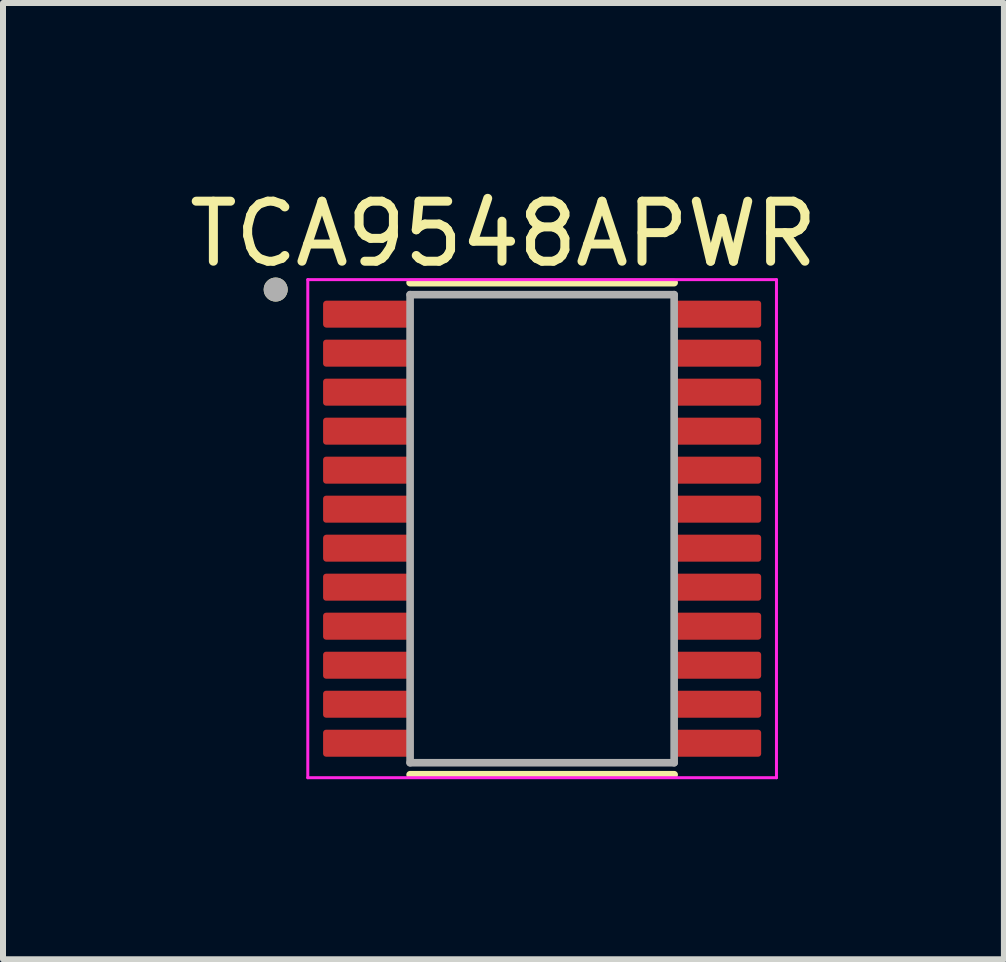
<source format=kicad_pcb>
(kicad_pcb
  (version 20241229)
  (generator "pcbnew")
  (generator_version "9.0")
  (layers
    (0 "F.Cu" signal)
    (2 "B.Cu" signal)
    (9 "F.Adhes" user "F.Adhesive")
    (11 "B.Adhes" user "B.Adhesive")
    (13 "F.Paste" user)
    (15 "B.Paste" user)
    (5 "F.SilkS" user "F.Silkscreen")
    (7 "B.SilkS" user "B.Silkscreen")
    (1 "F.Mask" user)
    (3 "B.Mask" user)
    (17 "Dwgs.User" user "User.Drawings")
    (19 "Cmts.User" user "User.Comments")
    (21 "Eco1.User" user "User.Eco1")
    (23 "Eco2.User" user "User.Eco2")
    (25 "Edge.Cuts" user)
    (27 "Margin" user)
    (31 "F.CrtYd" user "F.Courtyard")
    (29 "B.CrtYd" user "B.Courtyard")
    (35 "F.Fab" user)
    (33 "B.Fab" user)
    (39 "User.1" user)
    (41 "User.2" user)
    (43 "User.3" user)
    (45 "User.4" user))
  (footprint "TCA9548APWR"
    (layer "F.Cu")
    (at 5.984 5.76)
    (property "Reference" "TCA9548APWR" (at -0.645 -4.912 0) (layer "F.SilkS") (effects (font (size 1 1) (thickness 0.15))))
    (attr smd)
    (fp_line (start -2.2 -4.1) (end 2.2 -4.1) (stroke (width 0.127) (type solid)) (layer "F.SilkS"))
    (fp_line (start -2.2 4.1) (end 2.2 4.1) (stroke (width 0.127) (type solid)) (layer "F.SilkS"))
    (fp_circle (center -4.44 -3.985) (end -4.34 -3.985) (stroke (width 0.2) (type solid)) (fill no) (layer "F.SilkS"))
    (fp_line (start -3.905 -4.15) (end -3.905 4.15) (stroke (width 0.05) (type solid)) (layer "F.CrtYd"))
    (fp_line (start -3.905 -4.15) (end 3.905 -4.15) (stroke (width 0.05) (type solid)) (layer "F.CrtYd"))
    (fp_line (start -3.905 4.15) (end 3.905 4.15) (stroke (width 0.05) (type solid)) (layer "F.CrtYd"))
    (fp_line (start 3.905 -4.15) (end 3.905 4.15) (stroke (width 0.05) (type solid)) (layer "F.CrtYd"))
    (fp_line (start -2.2 -3.9) (end -2.2 3.9) (stroke (width 0.127) (type solid)) (layer "F.Fab"))
    (fp_line (start -2.2 -3.9) (end 2.2 -3.9) (stroke (width 0.127) (type solid)) (layer "F.Fab"))
    (fp_line (start -2.2 3.9) (end 2.2 3.9) (stroke (width 0.127) (type solid)) (layer "F.Fab"))
    (fp_line (start 2.2 -3.9) (end 2.2 3.9) (stroke (width 0.127) (type solid)) (layer "F.Fab"))
    (fp_circle (center -4.44 -3.985) (end -4.34 -3.985) (stroke (width 0.2) (type solid)) (fill no) (layer "F.Fab"))
    (pad "1" smd roundrect (at -2.9 -3.575) (size 1.5 0.45) (layers "F.Cu" "F.Mask" "F.Paste") (roundrect_rratio 0.125))
    (pad "2" smd roundrect (at -2.9 -2.925) (size 1.5 0.45) (layers "F.Cu" "F.Mask" "F.Paste") (roundrect_rratio 0.111))
    (pad "3" smd roundrect (at -2.9 -2.275) (size 1.5 0.45) (layers "F.Cu" "F.Mask" "F.Paste") (roundrect_rratio 0.111))
    (pad "4" smd roundrect (at -2.9 -1.625) (size 1.5 0.45) (layers "F.Cu" "F.Mask" "F.Paste") (roundrect_rratio 0.111))
    (pad "5" smd roundrect (at -2.9 -0.975) (size 1.5 0.45) (layers "F.Cu" "F.Mask" "F.Paste") (roundrect_rratio 0.111))
    (pad "6" smd roundrect (at -2.9 -0.325) (size 1.5 0.45) (layers "F.Cu" "F.Mask" "F.Paste") (roundrect_rratio 0.111))
    (pad "7" smd roundrect (at -2.9 0.325) (size 1.5 0.45) (layers "F.Cu" "F.Mask" "F.Paste") (roundrect_rratio 0.122))
    (pad "8" smd roundrect (at -2.9 0.975) (size 1.5 0.45) (layers "F.Cu" "F.Mask" "F.Paste") (roundrect_rratio 0.111))
    (pad "9" smd roundrect (at -2.9 1.625) (size 1.5 0.45) (layers "F.Cu" "F.Mask" "F.Paste") (roundrect_rratio 0.111))
    (pad "10" smd roundrect (at -2.9 2.275) (size 1.5 0.45) (layers "F.Cu" "F.Mask" "F.Paste") (roundrect_rratio 0.111))
    (pad "11" smd roundrect (at -2.9 2.925) (size 1.5 0.45) (layers "F.Cu" "F.Mask" "F.Paste") (roundrect_rratio 0.111))
    (pad "12" smd roundrect (at -2.9 3.575) (size 1.5 0.45) (layers "F.Cu" "F.Mask" "F.Paste") (roundrect_rratio 0.111))
    (pad "13" smd roundrect (at 2.9 3.575) (size 1.5 0.45) (layers "F.Cu" "F.Mask" "F.Paste") (roundrect_rratio 0.111))
    (pad "14" smd roundrect (at 2.9 2.925) (size 1.5 0.45) (layers "F.Cu" "F.Mask" "F.Paste") (roundrect_rratio 0.111))
    (pad "15" smd roundrect (at 2.9 2.275) (size 1.5 0.45) (layers "F.Cu" "F.Mask" "F.Paste") (roundrect_rratio 0.111))
    (pad "16" smd roundrect (at 2.9 1.625) (size 1.5 0.45) (layers "F.Cu" "F.Mask" "F.Paste") (roundrect_rratio 0.111))
    (pad "17" smd roundrect (at 2.9 0.975) (size 1.5 0.45) (layers "F.Cu" "F.Mask" "F.Paste") (roundrect_rratio 0.111))
    (pad "18" smd roundrect (at 2.9 0.325) (size 1.5 0.45) (layers "F.Cu" "F.Mask" "F.Paste") (roundrect_rratio 0.111))
    (pad "19" smd roundrect (at 2.9 -0.325) (size 1.5 0.45) (layers "F.Cu" "F.Mask" "F.Paste") (roundrect_rratio 0.111))
    (pad "20" smd roundrect (at 2.9 -0.975) (size 1.5 0.45) (layers "F.Cu" "F.Mask" "F.Paste") (roundrect_rratio 0.111))
    (pad "21" smd roundrect (at 2.9 -1.625) (size 1.5 0.45) (layers "F.Cu" "F.Mask" "F.Paste") (roundrect_rratio 0.111))
    (pad "22" smd roundrect (at 2.9 -2.275) (size 1.5 0.45) (layers "F.Cu" "F.Mask" "F.Paste") (roundrect_rratio 0.111))
    (pad "23" smd roundrect (at 2.9 -2.925) (size 1.5 0.45) (layers "F.Cu" "F.Mask" "F.Paste") (roundrect_rratio 0.111))
    (pad "24" smd roundrect (at 2.9 -3.575) (size 1.5 0.45) (layers "F.Cu" "F.Mask" "F.Paste") (roundrect_rratio 0.111)))
  (gr_rect
    (start -3 -3)
    (end 13.679 12.935)
    (stroke (width 0.1) (type default))
    (fill no)
    (layer "Edge.Cuts")))
</source>
